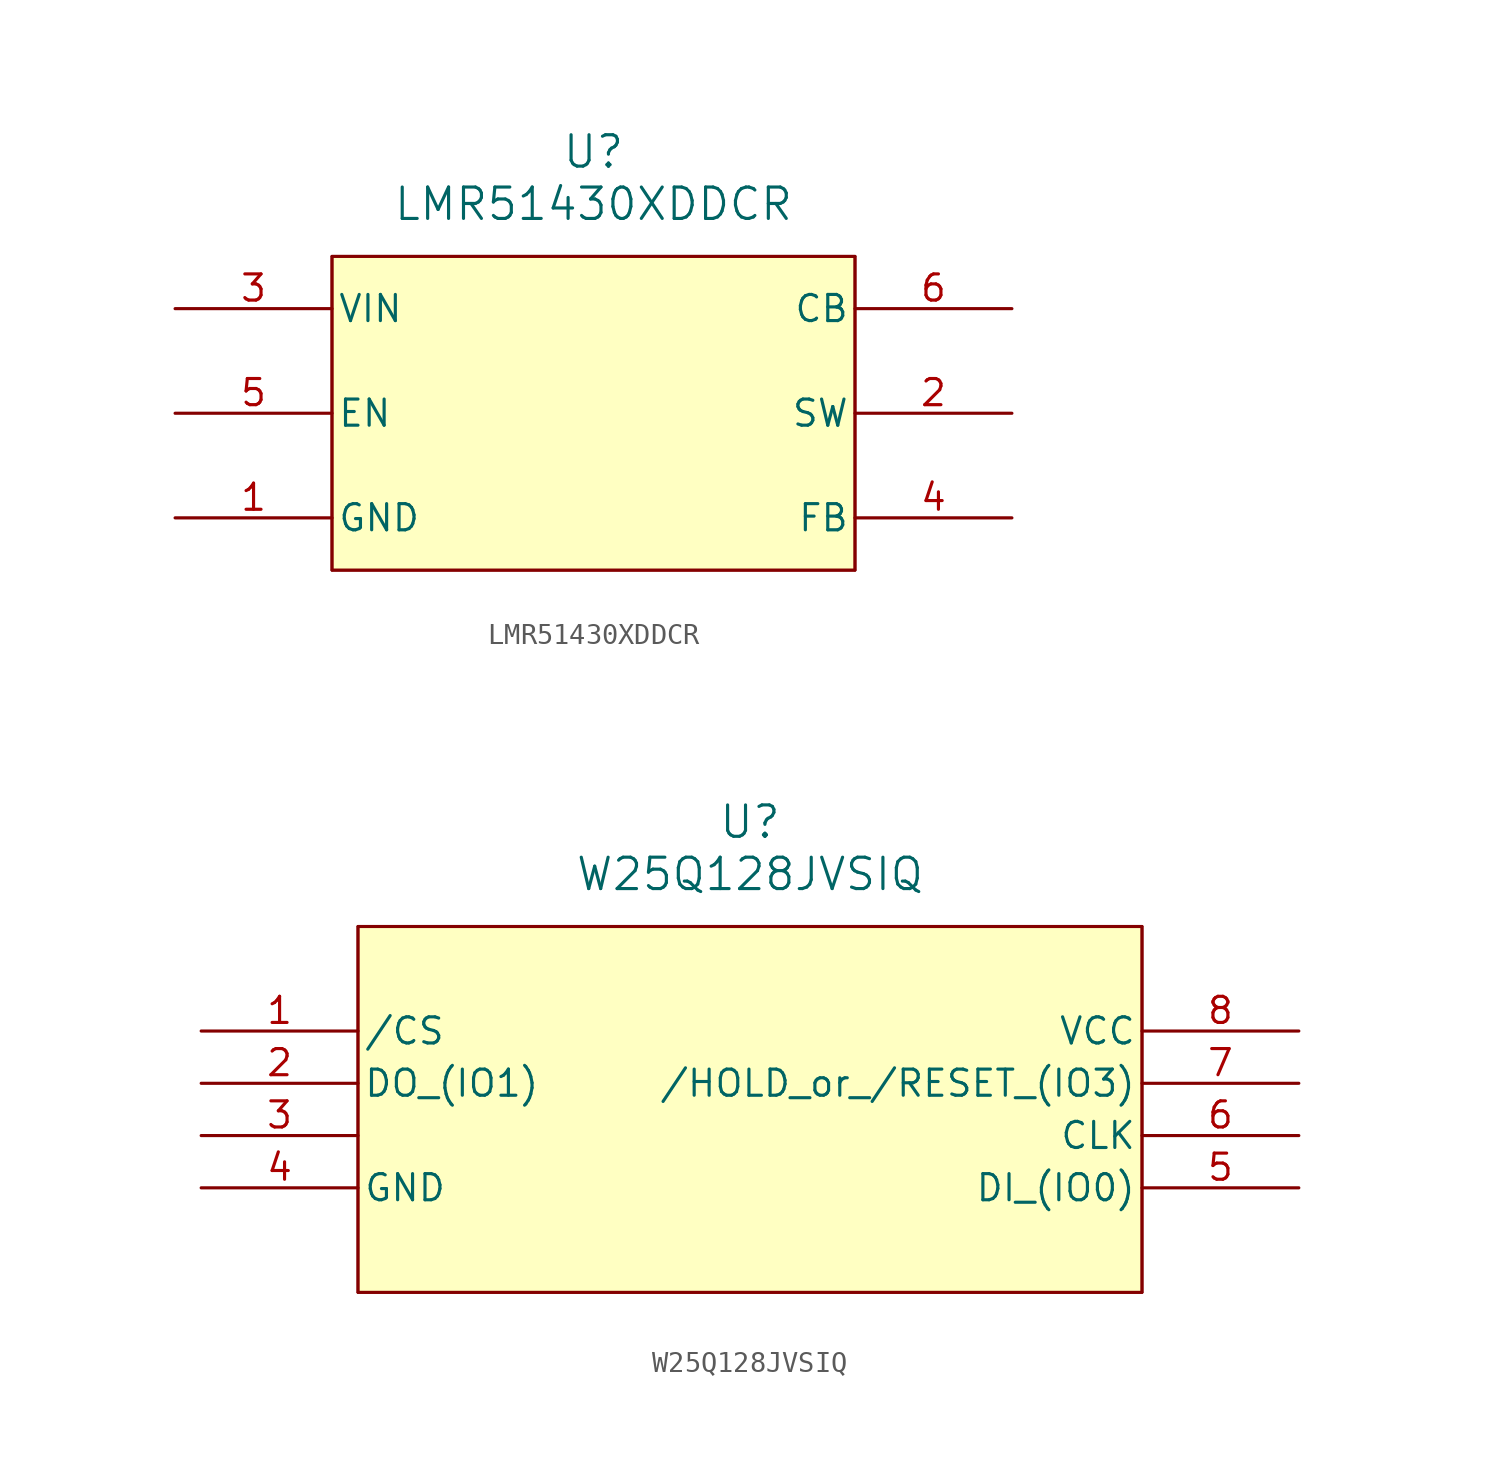
<source format=kicad_sym>
(kicad_symbol_lib
  (version 20220914)
  (generator kicad_symbol_editor)
  (symbol "LMR51430XDDCR"
    (pin_names
      (offset 0.254))
    (property "Reference" "U"
      (at 0 12.7 0)
      (effects (font (size 1.524 1.524))))
    (property "Value" "LMR51430XDDCR"
      (at 0 10.16 0)
      (effects (font (size 1.524 1.524))))
    (property "ki_locked" ""
      (at 0 0 0)
      (effects (font (size 1.27 1.27))))
    (symbol "LMR51430XDDCR_0_1"
      (polyline (pts (xy -12.7 -7.62) (xy 12.7 -7.62)) (stroke (width 0.127) (type default)) (fill (type none)))
      (polyline (pts (xy -12.7 7.62) (xy -12.7 -7.62)) (stroke (width 0.127) (type default)) (fill (type none)))
      (polyline (pts (xy 12.7 -7.62) (xy 12.7 7.62)) (stroke (width 0.127) (type default)) (fill (type none)))
      (polyline (pts (xy 12.7 7.62) (xy -12.7 7.62)) (stroke (width 0.127) (type default)) (fill (type none)))
      (pin power_out line (at -20.32 -5.08 0) (length 7.62) (name "GND" (effects (font (size 1.27 1.27)))) (number "1" (effects (font (size 1.27 1.27)))))
      (pin power_in line (at 20.32 0 180) (length 7.62) (name "SW" (effects (font (size 1.27 1.27)))) (number "2" (effects (font (size 1.27 1.27)))))
      (pin power_in line (at -20.32 5.08 0) (length 7.62) (name "VIN" (effects (font (size 1.27 1.27)))) (number "3" (effects (font (size 1.27 1.27)))))
      (pin unspecified line (at 20.32 -5.08 180) (length 7.62) (name "FB" (effects (font (size 1.27 1.27)))) (number "4" (effects (font (size 1.27 1.27)))))
      (pin unspecified line (at -20.32 0 0) (length 7.62) (name "EN" (effects (font (size 1.27 1.27)))) (number "5" (effects (font (size 1.27 1.27)))))
      (pin power_in line (at 20.32 5.08 180) (length 7.62) (name "CB" (effects (font (size 1.27 1.27)))) (number "6" (effects (font (size 1.27 1.27))))))
    (symbol "LMR51430XDDCR_1_1"
      (rectangle (start -12.7 7.62) (end 12.7 -7.62) (stroke (width 0) (type default)) (fill (type background)))))
  (symbol "W25Q128JVSIQ"
    (pin_names
      (offset 0.254))
    (property "Reference" "U"
      (at 0 13.97 0)
      (effects (font (size 1.524 1.524))))
    (property "Value" "W25Q128JVSIQ"
      (at 0 11.43 0)
      (effects (font (size 1.524 1.524))))
    (property "ki_locked" ""
      (at 0 0 0)
      (effects (font (size 1.27 1.27))))
    (symbol "W25Q128JVSIQ_0_1"
      (polyline (pts (xy -19.05 -8.89) (xy 19.05 -8.89)) (stroke (width 0.127) (type default)) (fill (type none)))
      (polyline (pts (xy -19.05 8.89) (xy -19.05 -8.89)) (stroke (width 0.127) (type default)) (fill (type none)))
      (polyline (pts (xy 19.05 -8.89) (xy 19.05 8.89)) (stroke (width 0.127) (type default)) (fill (type none)))
      (polyline (pts (xy 19.05 8.89) (xy -19.05 8.89)) (stroke (width 0.127) (type default)) (fill (type none)))
      (pin unspecified line (at -26.67 3.81 0) (length 7.62) (name "/CS" (effects (font (size 1.27 1.27)))) (number "1" (effects (font (size 1.27 1.27)))))
      (pin unspecified line (at -26.67 1.27 0) (length 7.62) (name "DO_(IO1)" (effects (font (size 1.27 1.27)))) (number "2" (effects (font (size 1.27 1.27)))))
      (pin unspecified line (at -26.67 -1.27 0) (length 7.62) (name "" (effects (font (size 1.27 1.27)))) (number "3" (effects (font (size 1.27 1.27)))))
      (pin power_out line (at -26.67 -3.81 0) (length 7.62) (name "GND" (effects (font (size 1.27 1.27)))) (number "4" (effects (font (size 1.27 1.27)))))
      (pin unspecified line (at 26.67 -3.81 180) (length 7.62) (name "DI_(IO0)" (effects (font (size 1.27 1.27)))) (number "5" (effects (font (size 1.27 1.27)))))
      (pin unspecified line (at 26.67 -1.27 180) (length 7.62) (name "CLK" (effects (font (size 1.27 1.27)))) (number "6" (effects (font (size 1.27 1.27)))))
      (pin unspecified line (at 26.67 1.27 180) (length 7.62) (name "/HOLD_or_/RESET_(IO3)" (effects (font (size 1.27 1.27)))) (number "7" (effects (font (size 1.27 1.27)))))
      (pin power_in line (at 26.67 3.81 180) (length 7.62) (name "VCC" (effects (font (size 1.27 1.27)))) (number "8" (effects (font (size 1.27 1.27))))))
    (symbol "W25Q128JVSIQ_1_1"
      (rectangle (start -19.05 8.89) (end 19.05 -8.89) (stroke (width 0) (type default)) (fill (type background))))))
</source>
